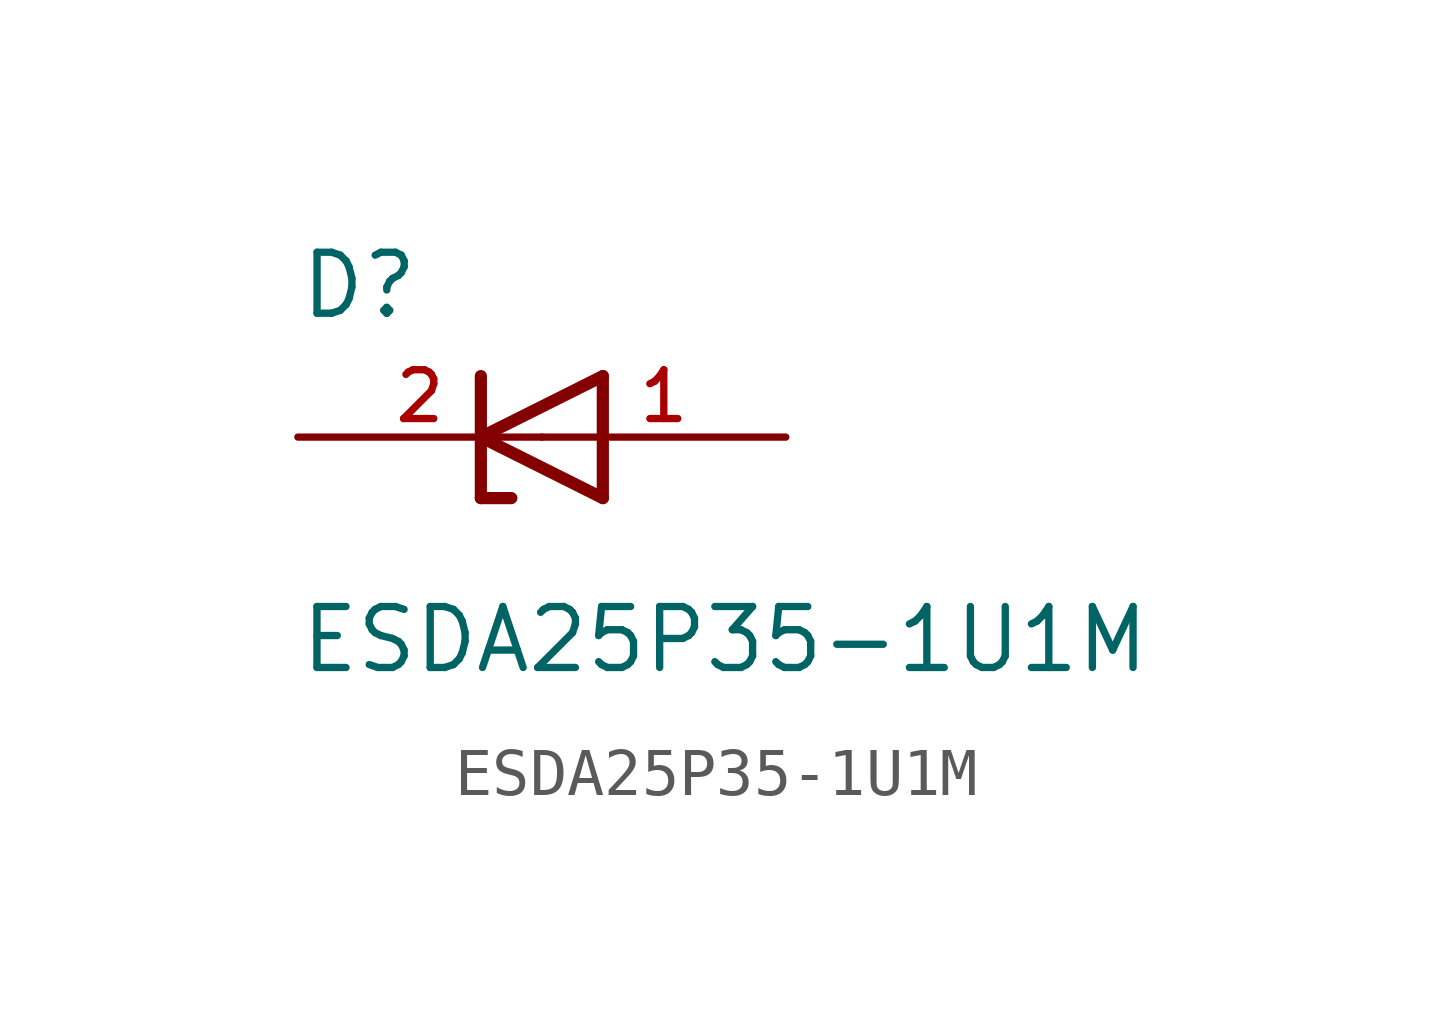
<source format=kicad_sym>
(kicad_symbol_lib
  (version 20231120)
  (generator "kicad_symbol_editor")
  (generator_version "8.0")
  (symbol "ESDA25P35-1U1M"
    (pin_names
      (offset 1.016))
    (property "Reference" "D"
      (at -5.083 2.416 0)
      (effects (font (size 1.27 1.27)) (justify left bottom)))
    (property "Value" "ESDA25P35-1U1M"
      (at -5.085 -4.961 0)
      (effects (font (size 1.27 1.27)) (justify left bottom)))
    (symbol "ESDA25P35-1U1M_0_0"
      (polyline (pts (xy -1.27 -1.27) (xy -1.27 0)) (stroke (width 0.254) (type default)) (fill (type none)))
      (polyline (pts (xy -1.27 0) (xy -1.27 1.27)) (stroke (width 0.254) (type default)) (fill (type none)))
      (polyline (pts (xy -1.27 0) (xy 1.27 -1.27)) (stroke (width 0.254) (type default)) (fill (type none)))
      (polyline (pts (xy -0.635 -1.27) (xy -1.27 -1.27)) (stroke (width 0.254) (type default)) (fill (type none)))
      (polyline (pts (xy 1.27 -1.27) (xy 1.27 1.27)) (stroke (width 0.254) (type default)) (fill (type none)))
      (polyline (pts (xy 1.27 1.27) (xy -1.27 0)) (stroke (width 0.254) (type default)) (fill (type none)))
      (pin passive line (at 5.08 0 180) (length 5.08) (name "~" (effects (font (size 1.016 1.016)))) (number "1" (effects (font (size 1.016 1.016)))))
      (pin passive line (at -5.08 0 0) (length 5.08) (name "~" (effects (font (size 1.016 1.016)))) (number "2" (effects (font (size 1.016 1.016))))))))
</source>
